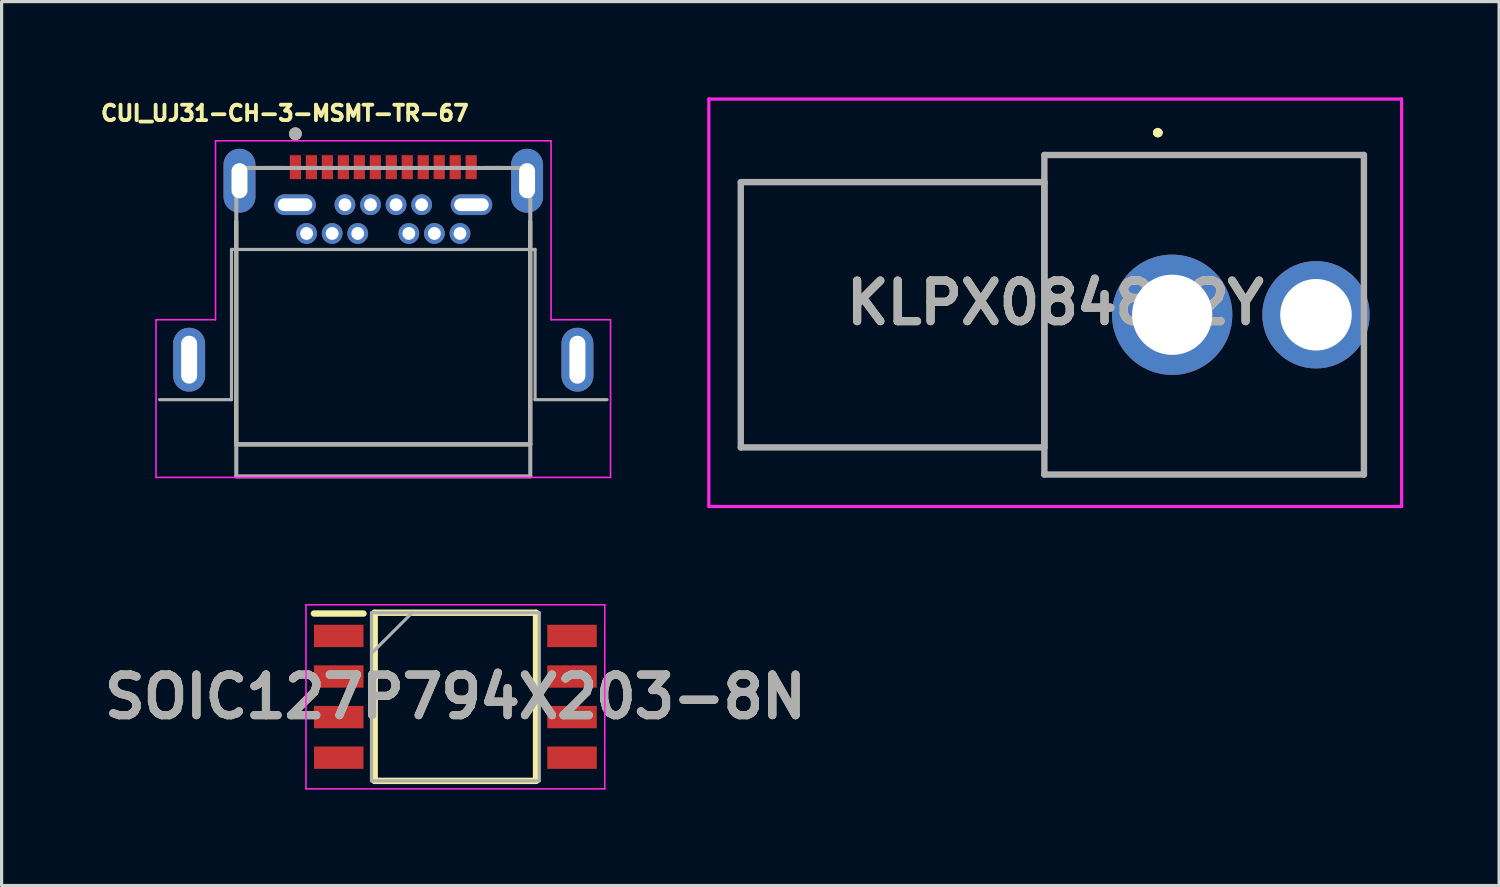
<source format=kicad_pcb>
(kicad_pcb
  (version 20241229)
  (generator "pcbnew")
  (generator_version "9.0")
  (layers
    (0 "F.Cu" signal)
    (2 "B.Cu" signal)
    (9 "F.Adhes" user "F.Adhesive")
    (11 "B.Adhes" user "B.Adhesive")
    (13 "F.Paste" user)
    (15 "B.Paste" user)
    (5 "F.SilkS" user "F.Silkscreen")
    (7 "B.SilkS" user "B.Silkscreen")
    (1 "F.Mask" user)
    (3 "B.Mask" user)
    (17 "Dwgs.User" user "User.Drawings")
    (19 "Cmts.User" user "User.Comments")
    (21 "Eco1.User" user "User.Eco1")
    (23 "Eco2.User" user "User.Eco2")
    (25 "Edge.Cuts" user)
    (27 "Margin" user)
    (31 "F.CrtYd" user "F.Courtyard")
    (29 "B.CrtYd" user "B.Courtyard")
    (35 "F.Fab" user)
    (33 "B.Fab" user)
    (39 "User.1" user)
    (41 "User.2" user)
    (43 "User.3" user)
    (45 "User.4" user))
  (footprint "SOIC127P794X203-8N"
    (layer "F.Cu")
    (at 11.2 18.755)
    (property "Reference" "SOIC127P794X203-8N" (at 0 0 0) (layer "F.SilkS") (effects (font (size 1.27 1.27) (thickness 0.254))))
    (attr smd)
    (fp_line (start -4.425 -2.605) (end -2.875 -2.605) (stroke (width 0.2) (type solid)) (layer "F.SilkS"))
    (fp_line (start -2.525 -2.63) (end 2.525 -2.63) (stroke (width 0.2) (type solid)) (layer "F.SilkS"))
    (fp_line (start -2.525 2.63) (end -2.525 -2.63) (stroke (width 0.2) (type solid)) (layer "F.SilkS"))
    (fp_line (start 2.525 -2.63) (end 2.525 2.63) (stroke (width 0.2) (type solid)) (layer "F.SilkS"))
    (fp_line (start 2.525 2.63) (end -2.525 2.63) (stroke (width 0.2) (type solid)) (layer "F.SilkS"))
    (fp_line (start -4.675 -2.88) (end 4.675 -2.88) (stroke (width 0.05) (type solid)) (layer "F.CrtYd"))
    (fp_line (start -4.675 2.88) (end -4.675 -2.88) (stroke (width 0.05) (type solid)) (layer "F.CrtYd"))
    (fp_line (start 4.675 -2.88) (end 4.675 2.88) (stroke (width 0.05) (type solid)) (layer "F.CrtYd"))
    (fp_line (start 4.675 2.88) (end -4.675 2.88) (stroke (width 0.05) (type solid)) (layer "F.CrtYd"))
    (fp_line (start -2.625 -2.63) (end 2.625 -2.63) (stroke (width 0.1) (type solid)) (layer "F.Fab"))
    (fp_line (start -2.625 -1.36) (end -1.355 -2.63) (stroke (width 0.1) (type solid)) (layer "F.Fab"))
    (fp_line (start -2.625 2.63) (end -2.625 -2.63) (stroke (width 0.1) (type solid)) (layer "F.Fab"))
    (fp_line (start 2.625 -2.63) (end 2.625 2.63) (stroke (width 0.1) (type solid)) (layer "F.Fab"))
    (fp_line (start 2.625 2.63) (end -2.625 2.63) (stroke (width 0.1) (type solid)) (layer "F.Fab"))
    (fp_text user "${REFERENCE}" (at 0 0 0) (layer "F.Fab") (effects (font (size 1.27 1.27) (thickness 0.254))))
    (pad "1" smd rect (at -3.65 -1.905 90) (size 0.7 1.55) (layers "F.Cu" "F.Mask" "F.Paste"))
    (pad "2" smd rect (at -3.65 -0.635 90) (size 0.7 1.55) (layers "F.Cu" "F.Mask" "F.Paste"))
    (pad "3" smd rect (at -3.65 0.635 90) (size 0.7 1.55) (layers "F.Cu" "F.Mask" "F.Paste"))
    (pad "4" smd rect (at -3.65 1.905 90) (size 0.7 1.55) (layers "F.Cu" "F.Mask" "F.Paste"))
    (pad "5" smd rect (at 3.65 1.905 90) (size 0.7 1.55) (layers "F.Cu" "F.Mask" "F.Paste"))
    (pad "6" smd rect (at 3.65 0.635 90) (size 0.7 1.55) (layers "F.Cu" "F.Mask" "F.Paste"))
    (pad "7" smd rect (at 3.65 -0.635 90) (size 0.7 1.55) (layers "F.Cu" "F.Mask" "F.Paste"))
    (pad "8" smd rect (at 3.65 -1.905 90) (size 0.7 1.55) (layers "F.Cu" "F.Mask" "F.Paste")))
  (footprint "KLPX0848A2Y"
    (layer "F.Cu")
    (at 33.631 6.8)
    (property "Reference" "KLPX0848A2Y" (at -3.66 -0.375 0) (layer "F.SilkS") (effects (font (size 1.27 1.27) (thickness 0.254))))
    (attr through_hole)
    (fp_line (start -4 -5) (end -4 -5) (stroke (width 0.1) (type solid)) (layer "F.SilkS"))
    (fp_line (start -4 -5) (end -4 -5) (stroke (width 0.1) (type solid)) (layer "F.SilkS"))
    (fp_line (start -4 -5) (end -4 5) (stroke (width 0.1) (type solid)) (layer "F.SilkS"))
    (fp_line (start -4 -5) (end 6 -5) (stroke (width 0.1) (type solid)) (layer "F.SilkS"))
    (fp_line (start -4 5) (end -4 -5) (stroke (width 0.1) (type solid)) (layer "F.SilkS"))
    (fp_line (start -4 5) (end -4 5) (stroke (width 0.1) (type solid)) (layer "F.SilkS"))
    (fp_line (start -4 5) (end -4 5) (stroke (width 0.1) (type solid)) (layer "F.SilkS"))
    (fp_line (start -4 5) (end 6 5) (stroke (width 0.1) (type solid)) (layer "F.SilkS"))
    (fp_line (start -0.5 -5.7) (end -0.5 -5.7) (stroke (width 0.2) (type solid)) (layer "F.SilkS"))
    (fp_line (start -0.5 -5.7) (end -0.5 -5.7) (stroke (width 0.2) (type solid)) (layer "F.SilkS"))
    (fp_line (start -0.4 -5.7) (end -0.4 -5.7) (stroke (width 0.2) (type solid)) (layer "F.SilkS"))
    (fp_line (start 6 -5) (end -4 -5) (stroke (width 0.1) (type solid)) (layer "F.SilkS"))
    (fp_line (start 6 -5) (end 6 -5) (stroke (width 0.1) (type solid)) (layer "F.SilkS"))
    (fp_line (start 6 -5) (end 6 -5) (stroke (width 0.1) (type solid)) (layer "F.SilkS"))
    (fp_line (start 6 -5) (end 6 -1.75) (stroke (width 0.1) (type solid)) (layer "F.SilkS"))
    (fp_line (start 6 -1.75) (end 6 -5) (stroke (width 0.1) (type solid)) (layer "F.SilkS"))
    (fp_line (start 6 -1.75) (end 6 -1.75) (stroke (width 0.1) (type solid)) (layer "F.SilkS"))
    (fp_line (start 6 2) (end 6 2) (stroke (width 0.1) (type solid)) (layer "F.SilkS"))
    (fp_line (start 6 2) (end 6 5) (stroke (width 0.1) (type solid)) (layer "F.SilkS"))
    (fp_line (start 6 5) (end -4 5) (stroke (width 0.1) (type solid)) (layer "F.SilkS"))
    (fp_line (start 6 5) (end 6 2) (stroke (width 0.1) (type solid)) (layer "F.SilkS"))
    (fp_line (start 6 5) (end 6 5) (stroke (width 0.1) (type solid)) (layer "F.SilkS"))
    (fp_line (start 6 5) (end 6 5) (stroke (width 0.1) (type solid)) (layer "F.SilkS"))
    (fp_arc (start -0.5 -5.7) (mid -0.45 -5.75) (end -0.4 -5.7) (stroke (width 0.2) (type solid)) (layer "F.SilkS"))
    (fp_arc (start -0.4 -5.7) (mid -0.45 -5.65) (end -0.5 -5.7) (stroke (width 0.2) (type solid)) (layer "F.SilkS"))
    (fp_arc (start -0.4 -5.7) (mid -0.45 -5.65) (end -0.5 -5.7) (stroke (width 0.2) (type solid)) (layer "F.SilkS"))
    (fp_line (start -14.5 -6.75) (end 7.18 -6.75) (stroke (width 0.1) (type solid)) (layer "F.CrtYd"))
    (fp_line (start -14.5 6) (end -14.5 -6.75) (stroke (width 0.1) (type solid)) (layer "F.CrtYd"))
    (fp_line (start 7.18 -6.75) (end 7.18 6) (stroke (width 0.1) (type solid)) (layer "F.CrtYd"))
    (fp_line (start 7.18 6) (end -14.5 6) (stroke (width 0.1) (type solid)) (layer "F.CrtYd"))
    (fp_line (start -13.5 -4.15) (end -4 -4.15) (stroke (width 0.2) (type solid)) (layer "F.Fab"))
    (fp_line (start -13.5 4.15) (end -13.5 -4.15) (stroke (width 0.2) (type solid)) (layer "F.Fab"))
    (fp_line (start -4 -5) (end -4 5) (stroke (width 0.2) (type solid)) (layer "F.Fab"))
    (fp_line (start -4 -4.15) (end -4 4.15) (stroke (width 0.2) (type solid)) (layer "F.Fab"))
    (fp_line (start -4 4.15) (end -13.5 4.15) (stroke (width 0.2) (type solid)) (layer "F.Fab"))
    (fp_line (start -4 5) (end 6 5) (stroke (width 0.2) (type solid)) (layer "F.Fab"))
    (fp_line (start 6 -5) (end -4 -5) (stroke (width 0.2) (type solid)) (layer "F.Fab"))
    (fp_line (start 6 5) (end 6 -5) (stroke (width 0.2) (type solid)) (layer "F.Fab"))
    (fp_text user "${REFERENCE}" (at -3.66 -0.375 0) (layer "F.Fab") (effects (font (size 1.27 1.27) (thickness 0.254))))
    (pad "1" thru_hole circle (at 0 0) (size 3.765 3.765) (drill 2.51) (layers "*.Cu" "*.Mask"))
    (pad "2" thru_hole circle (at 4.5 0) (size 3.36 3.36) (drill 2.24) (layers "*.Cu" "*.Mask")))
  (footprint "CUI_UJ31-CH-3-MSMT-TR-67"
    (layer "F.Cu")
    (at 8.944 8.206)
    (property "Reference" "CUI_UJ31-CH-3-MSMT-TR-67" (at -3.08 -7.714 0) (layer "F.SilkS") (effects (font (size 0.481 0.481) (thickness 0.15))))
    (attr through_hole)
    (fp_line (start -4.6 -4.33) (end -4.6 2.65) (stroke (width 0.127) (type solid)) (layer "F.SilkS"))
    (fp_line (start -4.6 2.65) (end 4.6 2.65) (stroke (width 0.127) (type solid)) (layer "F.SilkS"))
    (fp_line (start -3.73 -6) (end -3.2 -6) (stroke (width 0.127) (type solid)) (layer "F.SilkS"))
    (fp_line (start 3.2 -6) (end 3.73 -6) (stroke (width 0.127) (type solid)) (layer "F.SilkS"))
    (fp_line (start 4.6 2.65) (end 4.6 -4.33) (stroke (width 0.127) (type solid)) (layer "F.SilkS"))
    (fp_circle (center -2.75 -7.07) (end -2.65 -7.07) (stroke (width 0.2) (type solid)) (fill no) (layer "F.SilkS"))
    (fp_line (start -7.112 -1.25) (end -5.25 -1.25) (stroke (width 0.05) (type solid)) (layer "F.CrtYd"))
    (fp_line (start -7.112 3.683) (end -7.112 -1.25) (stroke (width 0.05) (type solid)) (layer "F.CrtYd"))
    (fp_line (start -5.25 -6.85) (end 5.25 -6.85) (stroke (width 0.05) (type solid)) (layer "F.CrtYd"))
    (fp_line (start -5.25 -1.25) (end -5.25 -6.85) (stroke (width 0.05) (type solid)) (layer "F.CrtYd"))
    (fp_line (start 5.25 -6.85) (end 5.25 -1.25) (stroke (width 0.05) (type solid)) (layer "F.CrtYd"))
    (fp_line (start 5.25 -1.25) (end 7.112 -1.25) (stroke (width 0.05) (type solid)) (layer "F.CrtYd"))
    (fp_line (start 7.112 -1.25) (end 7.112 3.683) (stroke (width 0.05) (type solid)) (layer "F.CrtYd"))
    (fp_line (start 7.112 3.683) (end -7.112 3.683) (stroke (width 0.05) (type solid)) (layer "F.CrtYd"))
    (fp_line (start -7 1.25) (end -4.75 1.25) (stroke (width 0.1) (type solid)) (layer "F.Fab"))
    (fp_line (start -4.75 -3.45) (end 4.75 -3.45) (stroke (width 0.1) (type solid)) (layer "F.Fab"))
    (fp_line (start -4.75 1.25) (end -4.75 -3.45) (stroke (width 0.1) (type solid)) (layer "F.Fab"))
    (fp_line (start -4.6 -6) (end 4.6 -6) (stroke (width 0.127) (type solid)) (layer "F.Fab"))
    (fp_line (start -4.6 2.65) (end -4.6 -6) (stroke (width 0.127) (type solid)) (layer "F.Fab"))
    (fp_line (start -4.6 2.65) (end 4.6 2.65) (stroke (width 0.127) (type solid)) (layer "F.Fab"))
    (fp_line (start -4.6 3.65) (end -4.6 2.65) (stroke (width 0.127) (type solid)) (layer "F.Fab"))
    (fp_line (start 4.6 -6) (end 4.6 2.65) (stroke (width 0.127) (type solid)) (layer "F.Fab"))
    (fp_line (start 4.6 2.65) (end 4.6 3.65) (stroke (width 0.127) (type solid)) (layer "F.Fab"))
    (fp_line (start 4.6 3.65) (end -4.6 3.65) (stroke (width 0.127) (type solid)) (layer "F.Fab"))
    (fp_line (start 4.75 -3.45) (end 4.75 1.25) (stroke (width 0.1) (type solid)) (layer "F.Fab"))
    (fp_line (start 4.75 1.25) (end 7 1.25) (stroke (width 0.1) (type solid)) (layer "F.Fab"))
    (fp_circle (center -2.75 -7.07) (end -2.65 -7.07) (stroke (width 0.2) (type solid)) (fill no) (layer "F.Fab"))
    (pad "A1" smd rect (at -2.75 -6.025) (size 0.35 0.75) (layers "F.Cu" "F.Mask" "F.Paste"))
    (pad "A2" smd rect (at -2.25 -6.025) (size 0.35 0.75) (layers "F.Cu" "F.Mask" "F.Paste"))
    (pad "A3" smd rect (at -1.75 -6.025) (size 0.35 0.75) (layers "F.Cu" "F.Mask" "F.Paste"))
    (pad "A4" smd rect (at -1.25 -6.025) (size 0.35 0.75) (layers "F.Cu" "F.Mask" "F.Paste"))
    (pad "A5" smd rect (at -0.75 -6.025) (size 0.35 0.75) (layers "F.Cu" "F.Mask" "F.Paste"))
    (pad "A6" smd rect (at -0.25 -6.025) (size 0.35 0.75) (layers "F.Cu" "F.Mask" "F.Paste"))
    (pad "A7" smd rect (at 0.25 -6.025) (size 0.35 0.75) (layers "F.Cu" "F.Mask" "F.Paste"))
    (pad "A8" smd rect (at 0.75 -6.025) (size 0.35 0.75) (layers "F.Cu" "F.Mask" "F.Paste"))
    (pad "A9" smd rect (at 1.25 -6.025) (size 0.35 0.75) (layers "F.Cu" "F.Mask" "F.Paste"))
    (pad "A10" smd rect (at 1.75 -6.025) (size 0.35 0.75) (layers "F.Cu" "F.Mask" "F.Paste"))
    (pad "A11" smd rect (at 2.25 -6.025) (size 0.35 0.75) (layers "F.Cu" "F.Mask" "F.Paste"))
    (pad "A12" smd rect (at 2.75 -6.025) (size 0.35 0.75) (layers "F.Cu" "F.Mask" "F.Paste"))
    (pad "B1" thru_hole oval (at 2.76 -4.85) (size 1.3 0.65) (drill oval 1.08 0.4) (layers "*.Cu" "*.Mask"))
    (pad "B2" thru_hole circle (at 2.4 -3.95) (size 0.65 0.65) (drill 0.4) (layers "*.Cu" "*.Mask"))
    (pad "B3" thru_hole circle (at 1.6 -3.95) (size 0.65 0.65) (drill 0.4) (layers "*.Cu" "*.Mask"))
    (pad "B4" thru_hole circle (at 1.2 -4.85) (size 0.65 0.65) (drill 0.4) (layers "*.Cu" "*.Mask"))
    (pad "B5" thru_hole circle (at 0.8 -3.95) (size 0.65 0.65) (drill 0.4) (layers "*.Cu" "*.Mask"))
    (pad "B6" thru_hole circle (at 0.4 -4.85) (size 0.65 0.65) (drill 0.4) (layers "*.Cu" "*.Mask"))
    (pad "B7" thru_hole circle (at -0.4 -4.85) (size 0.65 0.65) (drill 0.4) (layers "*.Cu" "*.Mask"))
    (pad "B8" thru_hole circle (at -0.8 -3.95) (size 0.65 0.65) (drill 0.4) (layers "*.Cu" "*.Mask"))
    (pad "B9" thru_hole circle (at -1.2 -4.85) (size 0.65 0.65) (drill 0.4) (layers "*.Cu" "*.Mask"))
    (pad "B10" thru_hole circle (at -1.6 -3.95) (size 0.65 0.65) (drill 0.4) (layers "*.Cu" "*.Mask"))
    (pad "B11" thru_hole circle (at -2.4 -3.95) (size 0.65 0.65) (drill 0.4) (layers "*.Cu" "*.Mask"))
    (pad "B12" thru_hole oval (at -2.76 -4.85) (size 1.3 0.65) (drill oval 1.08 0.4) (layers "*.Cu" "*.Mask"))
    (pad "S1" thru_hole oval (at -4.5 -5.6) (size 1 2) (drill oval 0.5 1.1) (layers "*.Cu" "*.Mask"))
    (pad "S2" thru_hole oval (at 4.5 -5.6) (size 1 2) (drill oval 0.5 1.1) (layers "*.Cu" "*.Mask"))
    (pad "S3" thru_hole oval (at -6.075 0) (size 1 2) (drill oval 0.5 1.5) (layers "*.Cu" "*.Mask"))
    (pad "S4" thru_hole oval (at 6.075 0) (size 1 2) (drill oval 0.5 1.5) (layers "*.Cu" "*.Mask")))
  (gr_rect
    (start -3 -3)
    (end 43.861 24.66)
    (stroke (width 0.1) (type default))
    (fill no)
    (layer "Edge.Cuts")))
</source>
